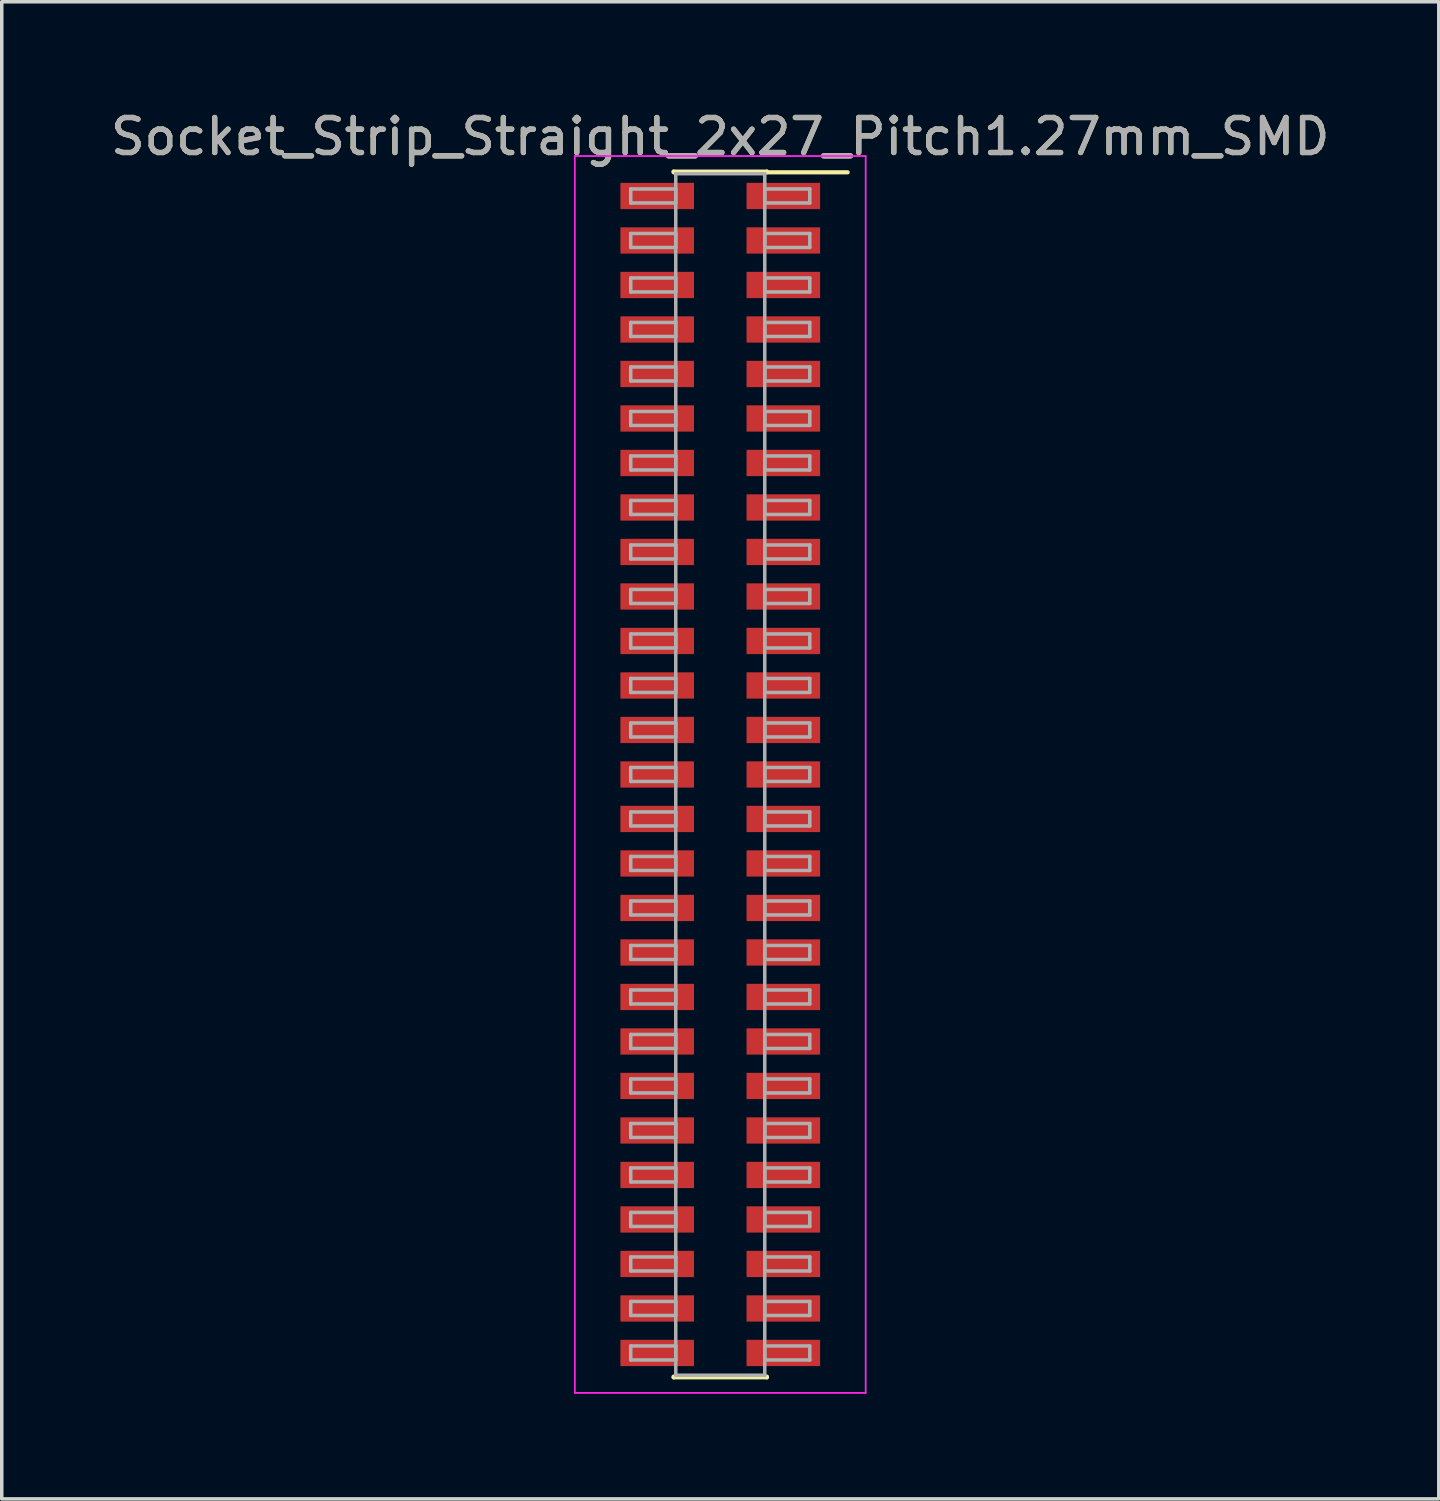
<source format=kicad_pcb>
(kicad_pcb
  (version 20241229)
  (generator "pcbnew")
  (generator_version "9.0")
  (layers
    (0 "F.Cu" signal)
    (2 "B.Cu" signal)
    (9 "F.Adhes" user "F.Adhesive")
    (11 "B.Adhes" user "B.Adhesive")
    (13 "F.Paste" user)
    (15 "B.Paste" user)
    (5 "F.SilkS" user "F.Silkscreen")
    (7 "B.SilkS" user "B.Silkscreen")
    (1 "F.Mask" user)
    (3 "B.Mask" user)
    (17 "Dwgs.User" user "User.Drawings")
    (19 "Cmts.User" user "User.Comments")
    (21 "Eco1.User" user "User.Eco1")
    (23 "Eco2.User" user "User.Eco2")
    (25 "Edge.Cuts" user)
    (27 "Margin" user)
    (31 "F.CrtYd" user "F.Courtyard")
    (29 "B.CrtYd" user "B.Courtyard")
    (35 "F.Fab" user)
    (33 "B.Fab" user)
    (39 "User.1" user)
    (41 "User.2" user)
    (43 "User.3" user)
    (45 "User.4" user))
  (footprint "Socket_Strip_Straight_2x27_Pitch1.27mm_SMD"
    (layer "F.Cu")
    (at 17.506 19.053)
    (property "Reference" "Socket_Strip_Straight_2x27_Pitch1.27mm_SMD" (at 0 -18.205 0) (layer "F.SilkS") (effects (font (size 1 1) (thickness 0.15))))
    (attr smd)
    (fp_line (start -1.33 -17.205) (end 1.33 -17.205) (stroke (width 0.12) (type solid)) (layer "F.SilkS"))
    (fp_line (start -1.33 -17.185) (end -1.33 -17.205) (stroke (width 0.12) (type solid)) (layer "F.SilkS"))
    (fp_line (start -1.33 17.185) (end -1.33 17.205) (stroke (width 0.12) (type solid)) (layer "F.SilkS"))
    (fp_line (start -1.33 17.205) (end 1.33 17.205) (stroke (width 0.12) (type solid)) (layer "F.SilkS"))
    (fp_line (start 1.33 -17.205) (end 1.33 -17.185) (stroke (width 0.12) (type solid)) (layer "F.SilkS"))
    (fp_line (start 1.33 17.205) (end 1.33 17.185) (stroke (width 0.12) (type solid)) (layer "F.SilkS"))
    (fp_line (start 3.635 -17.185) (end 1.33 -17.185) (stroke (width 0.12) (type solid)) (layer "F.SilkS"))
    (fp_line (start -4.15 -17.65) (end -4.15 17.65) (stroke (width 0.05) (type solid)) (layer "F.CrtYd"))
    (fp_line (start -4.15 17.65) (end 4.15 17.65) (stroke (width 0.05) (type solid)) (layer "F.CrtYd"))
    (fp_line (start 4.15 -17.65) (end -4.15 -17.65) (stroke (width 0.05) (type solid)) (layer "F.CrtYd"))
    (fp_line (start 4.15 17.65) (end 4.15 -17.65) (stroke (width 0.05) (type solid)) (layer "F.CrtYd"))
    (fp_line (start -2.555 -16.71) (end -1.27 -16.71) (stroke (width 0.1) (type solid)) (layer "F.Fab"))
    (fp_line (start -2.555 -16.31) (end -2.555 -16.71) (stroke (width 0.1) (type solid)) (layer "F.Fab"))
    (fp_line (start -2.555 -15.44) (end -1.27 -15.44) (stroke (width 0.1) (type solid)) (layer "F.Fab"))
    (fp_line (start -2.555 -15.04) (end -2.555 -15.44) (stroke (width 0.1) (type solid)) (layer "F.Fab"))
    (fp_line (start -2.555 -14.17) (end -1.27 -14.17) (stroke (width 0.1) (type solid)) (layer "F.Fab"))
    (fp_line (start -2.555 -13.77) (end -2.555 -14.17) (stroke (width 0.1) (type solid)) (layer "F.Fab"))
    (fp_line (start -2.555 -12.9) (end -1.27 -12.9) (stroke (width 0.1) (type solid)) (layer "F.Fab"))
    (fp_line (start -2.555 -12.5) (end -2.555 -12.9) (stroke (width 0.1) (type solid)) (layer "F.Fab"))
    (fp_line (start -2.555 -11.63) (end -1.27 -11.63) (stroke (width 0.1) (type solid)) (layer "F.Fab"))
    (fp_line (start -2.555 -11.23) (end -2.555 -11.63) (stroke (width 0.1) (type solid)) (layer "F.Fab"))
    (fp_line (start -2.555 -10.36) (end -1.27 -10.36) (stroke (width 0.1) (type solid)) (layer "F.Fab"))
    (fp_line (start -2.555 -9.96) (end -2.555 -10.36) (stroke (width 0.1) (type solid)) (layer "F.Fab"))
    (fp_line (start -2.555 -9.09) (end -1.27 -9.09) (stroke (width 0.1) (type solid)) (layer "F.Fab"))
    (fp_line (start -2.555 -8.69) (end -2.555 -9.09) (stroke (width 0.1) (type solid)) (layer "F.Fab"))
    (fp_line (start -2.555 -7.82) (end -1.27 -7.82) (stroke (width 0.1) (type solid)) (layer "F.Fab"))
    (fp_line (start -2.555 -7.42) (end -2.555 -7.82) (stroke (width 0.1) (type solid)) (layer "F.Fab"))
    (fp_line (start -2.555 -6.55) (end -1.27 -6.55) (stroke (width 0.1) (type solid)) (layer "F.Fab"))
    (fp_line (start -2.555 -6.15) (end -2.555 -6.55) (stroke (width 0.1) (type solid)) (layer "F.Fab"))
    (fp_line (start -2.555 -5.28) (end -1.27 -5.28) (stroke (width 0.1) (type solid)) (layer "F.Fab"))
    (fp_line (start -2.555 -4.88) (end -2.555 -5.28) (stroke (width 0.1) (type solid)) (layer "F.Fab"))
    (fp_line (start -2.555 -4.01) (end -1.27 -4.01) (stroke (width 0.1) (type solid)) (layer "F.Fab"))
    (fp_line (start -2.555 -3.61) (end -2.555 -4.01) (stroke (width 0.1) (type solid)) (layer "F.Fab"))
    (fp_line (start -2.555 -2.74) (end -1.27 -2.74) (stroke (width 0.1) (type solid)) (layer "F.Fab"))
    (fp_line (start -2.555 -2.34) (end -2.555 -2.74) (stroke (width 0.1) (type solid)) (layer "F.Fab"))
    (fp_line (start -2.555 -1.47) (end -1.27 -1.47) (stroke (width 0.1) (type solid)) (layer "F.Fab"))
    (fp_line (start -2.555 -1.07) (end -2.555 -1.47) (stroke (width 0.1) (type solid)) (layer "F.Fab"))
    (fp_line (start -2.555 -0.2) (end -1.27 -0.2) (stroke (width 0.1) (type solid)) (layer "F.Fab"))
    (fp_line (start -2.555 0.2) (end -2.555 -0.2) (stroke (width 0.1) (type solid)) (layer "F.Fab"))
    (fp_line (start -2.555 1.07) (end -1.27 1.07) (stroke (width 0.1) (type solid)) (layer "F.Fab"))
    (fp_line (start -2.555 1.47) (end -2.555 1.07) (stroke (width 0.1) (type solid)) (layer "F.Fab"))
    (fp_line (start -2.555 2.34) (end -1.27 2.34) (stroke (width 0.1) (type solid)) (layer "F.Fab"))
    (fp_line (start -2.555 2.74) (end -2.555 2.34) (stroke (width 0.1) (type solid)) (layer "F.Fab"))
    (fp_line (start -2.555 3.61) (end -1.27 3.61) (stroke (width 0.1) (type solid)) (layer "F.Fab"))
    (fp_line (start -2.555 4.01) (end -2.555 3.61) (stroke (width 0.1) (type solid)) (layer "F.Fab"))
    (fp_line (start -2.555 4.88) (end -1.27 4.88) (stroke (width 0.1) (type solid)) (layer "F.Fab"))
    (fp_line (start -2.555 5.28) (end -2.555 4.88) (stroke (width 0.1) (type solid)) (layer "F.Fab"))
    (fp_line (start -2.555 6.15) (end -1.27 6.15) (stroke (width 0.1) (type solid)) (layer "F.Fab"))
    (fp_line (start -2.555 6.55) (end -2.555 6.15) (stroke (width 0.1) (type solid)) (layer "F.Fab"))
    (fp_line (start -2.555 7.42) (end -1.27 7.42) (stroke (width 0.1) (type solid)) (layer "F.Fab"))
    (fp_line (start -2.555 7.82) (end -2.555 7.42) (stroke (width 0.1) (type solid)) (layer "F.Fab"))
    (fp_line (start -2.555 8.69) (end -1.27 8.69) (stroke (width 0.1) (type solid)) (layer "F.Fab"))
    (fp_line (start -2.555 9.09) (end -2.555 8.69) (stroke (width 0.1) (type solid)) (layer "F.Fab"))
    (fp_line (start -2.555 9.96) (end -1.27 9.96) (stroke (width 0.1) (type solid)) (layer "F.Fab"))
    (fp_line (start -2.555 10.36) (end -2.555 9.96) (stroke (width 0.1) (type solid)) (layer "F.Fab"))
    (fp_line (start -2.555 11.23) (end -1.27 11.23) (stroke (width 0.1) (type solid)) (layer "F.Fab"))
    (fp_line (start -2.555 11.63) (end -2.555 11.23) (stroke (width 0.1) (type solid)) (layer "F.Fab"))
    (fp_line (start -2.555 12.5) (end -1.27 12.5) (stroke (width 0.1) (type solid)) (layer "F.Fab"))
    (fp_line (start -2.555 12.9) (end -2.555 12.5) (stroke (width 0.1) (type solid)) (layer "F.Fab"))
    (fp_line (start -2.555 13.77) (end -1.27 13.77) (stroke (width 0.1) (type solid)) (layer "F.Fab"))
    (fp_line (start -2.555 14.17) (end -2.555 13.77) (stroke (width 0.1) (type solid)) (layer "F.Fab"))
    (fp_line (start -2.555 15.04) (end -1.27 15.04) (stroke (width 0.1) (type solid)) (layer "F.Fab"))
    (fp_line (start -2.555 15.44) (end -2.555 15.04) (stroke (width 0.1) (type solid)) (layer "F.Fab"))
    (fp_line (start -2.555 16.31) (end -1.27 16.31) (stroke (width 0.1) (type solid)) (layer "F.Fab"))
    (fp_line (start -2.555 16.71) (end -2.555 16.31) (stroke (width 0.1) (type solid)) (layer "F.Fab"))
    (fp_line (start -1.27 -17.145) (end -1.27 17.145) (stroke (width 0.1) (type solid)) (layer "F.Fab"))
    (fp_line (start -1.27 -16.71) (end -1.27 -16.31) (stroke (width 0.1) (type solid)) (layer "F.Fab"))
    (fp_line (start -1.27 -16.31) (end -2.555 -16.31) (stroke (width 0.1) (type solid)) (layer "F.Fab"))
    (fp_line (start -1.27 -15.44) (end -1.27 -15.04) (stroke (width 0.1) (type solid)) (layer "F.Fab"))
    (fp_line (start -1.27 -15.04) (end -2.555 -15.04) (stroke (width 0.1) (type solid)) (layer "F.Fab"))
    (fp_line (start -1.27 -14.17) (end -1.27 -13.77) (stroke (width 0.1) (type solid)) (layer "F.Fab"))
    (fp_line (start -1.27 -13.77) (end -2.555 -13.77) (stroke (width 0.1) (type solid)) (layer "F.Fab"))
    (fp_line (start -1.27 -12.9) (end -1.27 -12.5) (stroke (width 0.1) (type solid)) (layer "F.Fab"))
    (fp_line (start -1.27 -12.5) (end -2.555 -12.5) (stroke (width 0.1) (type solid)) (layer "F.Fab"))
    (fp_line (start -1.27 -11.63) (end -1.27 -11.23) (stroke (width 0.1) (type solid)) (layer "F.Fab"))
    (fp_line (start -1.27 -11.23) (end -2.555 -11.23) (stroke (width 0.1) (type solid)) (layer "F.Fab"))
    (fp_line (start -1.27 -10.36) (end -1.27 -9.96) (stroke (width 0.1) (type solid)) (layer "F.Fab"))
    (fp_line (start -1.27 -9.96) (end -2.555 -9.96) (stroke (width 0.1) (type solid)) (layer "F.Fab"))
    (fp_line (start -1.27 -9.09) (end -1.27 -8.69) (stroke (width 0.1) (type solid)) (layer "F.Fab"))
    (fp_line (start -1.27 -8.69) (end -2.555 -8.69) (stroke (width 0.1) (type solid)) (layer "F.Fab"))
    (fp_line (start -1.27 -7.82) (end -1.27 -7.42) (stroke (width 0.1) (type solid)) (layer "F.Fab"))
    (fp_line (start -1.27 -7.42) (end -2.555 -7.42) (stroke (width 0.1) (type solid)) (layer "F.Fab"))
    (fp_line (start -1.27 -6.55) (end -1.27 -6.15) (stroke (width 0.1) (type solid)) (layer "F.Fab"))
    (fp_line (start -1.27 -6.15) (end -2.555 -6.15) (stroke (width 0.1) (type solid)) (layer "F.Fab"))
    (fp_line (start -1.27 -5.28) (end -1.27 -4.88) (stroke (width 0.1) (type solid)) (layer "F.Fab"))
    (fp_line (start -1.27 -4.88) (end -2.555 -4.88) (stroke (width 0.1) (type solid)) (layer "F.Fab"))
    (fp_line (start -1.27 -4.01) (end -1.27 -3.61) (stroke (width 0.1) (type solid)) (layer "F.Fab"))
    (fp_line (start -1.27 -3.61) (end -2.555 -3.61) (stroke (width 0.1) (type solid)) (layer "F.Fab"))
    (fp_line (start -1.27 -2.74) (end -1.27 -2.34) (stroke (width 0.1) (type solid)) (layer "F.Fab"))
    (fp_line (start -1.27 -2.34) (end -2.555 -2.34) (stroke (width 0.1) (type solid)) (layer "F.Fab"))
    (fp_line (start -1.27 -1.47) (end -1.27 -1.07) (stroke (width 0.1) (type solid)) (layer "F.Fab"))
    (fp_line (start -1.27 -1.07) (end -2.555 -1.07) (stroke (width 0.1) (type solid)) (layer "F.Fab"))
    (fp_line (start -1.27 -0.2) (end -1.27 0.2) (stroke (width 0.1) (type solid)) (layer "F.Fab"))
    (fp_line (start -1.27 0.2) (end -2.555 0.2) (stroke (width 0.1) (type solid)) (layer "F.Fab"))
    (fp_line (start -1.27 1.07) (end -1.27 1.47) (stroke (width 0.1) (type solid)) (layer "F.Fab"))
    (fp_line (start -1.27 1.47) (end -2.555 1.47) (stroke (width 0.1) (type solid)) (layer "F.Fab"))
    (fp_line (start -1.27 2.34) (end -1.27 2.74) (stroke (width 0.1) (type solid)) (layer "F.Fab"))
    (fp_line (start -1.27 2.74) (end -2.555 2.74) (stroke (width 0.1) (type solid)) (layer "F.Fab"))
    (fp_line (start -1.27 3.61) (end -1.27 4.01) (stroke (width 0.1) (type solid)) (layer "F.Fab"))
    (fp_line (start -1.27 4.01) (end -2.555 4.01) (stroke (width 0.1) (type solid)) (layer "F.Fab"))
    (fp_line (start -1.27 4.88) (end -1.27 5.28) (stroke (width 0.1) (type solid)) (layer "F.Fab"))
    (fp_line (start -1.27 5.28) (end -2.555 5.28) (stroke (width 0.1) (type solid)) (layer "F.Fab"))
    (fp_line (start -1.27 6.15) (end -1.27 6.55) (stroke (width 0.1) (type solid)) (layer "F.Fab"))
    (fp_line (start -1.27 6.55) (end -2.555 6.55) (stroke (width 0.1) (type solid)) (layer "F.Fab"))
    (fp_line (start -1.27 7.42) (end -1.27 7.82) (stroke (width 0.1) (type solid)) (layer "F.Fab"))
    (fp_line (start -1.27 7.82) (end -2.555 7.82) (stroke (width 0.1) (type solid)) (layer "F.Fab"))
    (fp_line (start -1.27 8.69) (end -1.27 9.09) (stroke (width 0.1) (type solid)) (layer "F.Fab"))
    (fp_line (start -1.27 9.09) (end -2.555 9.09) (stroke (width 0.1) (type solid)) (layer "F.Fab"))
    (fp_line (start -1.27 9.96) (end -1.27 10.36) (stroke (width 0.1) (type solid)) (layer "F.Fab"))
    (fp_line (start -1.27 10.36) (end -2.555 10.36) (stroke (width 0.1) (type solid)) (layer "F.Fab"))
    (fp_line (start -1.27 11.23) (end -1.27 11.63) (stroke (width 0.1) (type solid)) (layer "F.Fab"))
    (fp_line (start -1.27 11.63) (end -2.555 11.63) (stroke (width 0.1) (type solid)) (layer "F.Fab"))
    (fp_line (start -1.27 12.5) (end -1.27 12.9) (stroke (width 0.1) (type solid)) (layer "F.Fab"))
    (fp_line (start -1.27 12.9) (end -2.555 12.9) (stroke (width 0.1) (type solid)) (layer "F.Fab"))
    (fp_line (start -1.27 13.77) (end -1.27 14.17) (stroke (width 0.1) (type solid)) (layer "F.Fab"))
    (fp_line (start -1.27 14.17) (end -2.555 14.17) (stroke (width 0.1) (type solid)) (layer "F.Fab"))
    (fp_line (start -1.27 15.04) (end -1.27 15.44) (stroke (width 0.1) (type solid)) (layer "F.Fab"))
    (fp_line (start -1.27 15.44) (end -2.555 15.44) (stroke (width 0.1) (type solid)) (layer "F.Fab"))
    (fp_line (start -1.27 16.31) (end -1.27 16.71) (stroke (width 0.1) (type solid)) (layer "F.Fab"))
    (fp_line (start -1.27 16.71) (end -2.555 16.71) (stroke (width 0.1) (type solid)) (layer "F.Fab"))
    (fp_line (start -1.27 17.145) (end 1.27 17.145) (stroke (width 0.1) (type solid)) (layer "F.Fab"))
    (fp_line (start 1.27 -17.145) (end -1.27 -17.145) (stroke (width 0.1) (type solid)) (layer "F.Fab"))
    (fp_line (start 1.27 -16.71) (end 1.27 -16.31) (stroke (width 0.1) (type solid)) (layer "F.Fab"))
    (fp_line (start 1.27 -16.31) (end 2.555 -16.31) (stroke (width 0.1) (type solid)) (layer "F.Fab"))
    (fp_line (start 1.27 -15.44) (end 1.27 -15.04) (stroke (width 0.1) (type solid)) (layer "F.Fab"))
    (fp_line (start 1.27 -15.04) (end 2.555 -15.04) (stroke (width 0.1) (type solid)) (layer "F.Fab"))
    (fp_line (start 1.27 -14.17) (end 1.27 -13.77) (stroke (width 0.1) (type solid)) (layer "F.Fab"))
    (fp_line (start 1.27 -13.77) (end 2.555 -13.77) (stroke (width 0.1) (type solid)) (layer "F.Fab"))
    (fp_line (start 1.27 -12.9) (end 1.27 -12.5) (stroke (width 0.1) (type solid)) (layer "F.Fab"))
    (fp_line (start 1.27 -12.5) (end 2.555 -12.5) (stroke (width 0.1) (type solid)) (layer "F.Fab"))
    (fp_line (start 1.27 -11.63) (end 1.27 -11.23) (stroke (width 0.1) (type solid)) (layer "F.Fab"))
    (fp_line (start 1.27 -11.23) (end 2.555 -11.23) (stroke (width 0.1) (type solid)) (layer "F.Fab"))
    (fp_line (start 1.27 -10.36) (end 1.27 -9.96) (stroke (width 0.1) (type solid)) (layer "F.Fab"))
    (fp_line (start 1.27 -9.96) (end 2.555 -9.96) (stroke (width 0.1) (type solid)) (layer "F.Fab"))
    (fp_line (start 1.27 -9.09) (end 1.27 -8.69) (stroke (width 0.1) (type solid)) (layer "F.Fab"))
    (fp_line (start 1.27 -8.69) (end 2.555 -8.69) (stroke (width 0.1) (type solid)) (layer "F.Fab"))
    (fp_line (start 1.27 -7.82) (end 1.27 -7.42) (stroke (width 0.1) (type solid)) (layer "F.Fab"))
    (fp_line (start 1.27 -7.42) (end 2.555 -7.42) (stroke (width 0.1) (type solid)) (layer "F.Fab"))
    (fp_line (start 1.27 -6.55) (end 1.27 -6.15) (stroke (width 0.1) (type solid)) (layer "F.Fab"))
    (fp_line (start 1.27 -6.15) (end 2.555 -6.15) (stroke (width 0.1) (type solid)) (layer "F.Fab"))
    (fp_line (start 1.27 -5.28) (end 1.27 -4.88) (stroke (width 0.1) (type solid)) (layer "F.Fab"))
    (fp_line (start 1.27 -4.88) (end 2.555 -4.88) (stroke (width 0.1) (type solid)) (layer "F.Fab"))
    (fp_line (start 1.27 -4.01) (end 1.27 -3.61) (stroke (width 0.1) (type solid)) (layer "F.Fab"))
    (fp_line (start 1.27 -3.61) (end 2.555 -3.61) (stroke (width 0.1) (type solid)) (layer "F.Fab"))
    (fp_line (start 1.27 -2.74) (end 1.27 -2.34) (stroke (width 0.1) (type solid)) (layer "F.Fab"))
    (fp_line (start 1.27 -2.34) (end 2.555 -2.34) (stroke (width 0.1) (type solid)) (layer "F.Fab"))
    (fp_line (start 1.27 -1.47) (end 1.27 -1.07) (stroke (width 0.1) (type solid)) (layer "F.Fab"))
    (fp_line (start 1.27 -1.07) (end 2.555 -1.07) (stroke (width 0.1) (type solid)) (layer "F.Fab"))
    (fp_line (start 1.27 -0.2) (end 1.27 0.2) (stroke (width 0.1) (type solid)) (layer "F.Fab"))
    (fp_line (start 1.27 0.2) (end 2.555 0.2) (stroke (width 0.1) (type solid)) (layer "F.Fab"))
    (fp_line (start 1.27 1.07) (end 1.27 1.47) (stroke (width 0.1) (type solid)) (layer "F.Fab"))
    (fp_line (start 1.27 1.47) (end 2.555 1.47) (stroke (width 0.1) (type solid)) (layer "F.Fab"))
    (fp_line (start 1.27 2.34) (end 1.27 2.74) (stroke (width 0.1) (type solid)) (layer "F.Fab"))
    (fp_line (start 1.27 2.74) (end 2.555 2.74) (stroke (width 0.1) (type solid)) (layer "F.Fab"))
    (fp_line (start 1.27 3.61) (end 1.27 4.01) (stroke (width 0.1) (type solid)) (layer "F.Fab"))
    (fp_line (start 1.27 4.01) (end 2.555 4.01) (stroke (width 0.1) (type solid)) (layer "F.Fab"))
    (fp_line (start 1.27 4.88) (end 1.27 5.28) (stroke (width 0.1) (type solid)) (layer "F.Fab"))
    (fp_line (start 1.27 5.28) (end 2.555 5.28) (stroke (width 0.1) (type solid)) (layer "F.Fab"))
    (fp_line (start 1.27 6.15) (end 1.27 6.55) (stroke (width 0.1) (type solid)) (layer "F.Fab"))
    (fp_line (start 1.27 6.55) (end 2.555 6.55) (stroke (width 0.1) (type solid)) (layer "F.Fab"))
    (fp_line (start 1.27 7.42) (end 1.27 7.82) (stroke (width 0.1) (type solid)) (layer "F.Fab"))
    (fp_line (start 1.27 7.82) (end 2.555 7.82) (stroke (width 0.1) (type solid)) (layer "F.Fab"))
    (fp_line (start 1.27 8.69) (end 1.27 9.09) (stroke (width 0.1) (type solid)) (layer "F.Fab"))
    (fp_line (start 1.27 9.09) (end 2.555 9.09) (stroke (width 0.1) (type solid)) (layer "F.Fab"))
    (fp_line (start 1.27 9.96) (end 1.27 10.36) (stroke (width 0.1) (type solid)) (layer "F.Fab"))
    (fp_line (start 1.27 10.36) (end 2.555 10.36) (stroke (width 0.1) (type solid)) (layer "F.Fab"))
    (fp_line (start 1.27 11.23) (end 1.27 11.63) (stroke (width 0.1) (type solid)) (layer "F.Fab"))
    (fp_line (start 1.27 11.63) (end 2.555 11.63) (stroke (width 0.1) (type solid)) (layer "F.Fab"))
    (fp_line (start 1.27 12.5) (end 1.27 12.9) (stroke (width 0.1) (type solid)) (layer "F.Fab"))
    (fp_line (start 1.27 12.9) (end 2.555 12.9) (stroke (width 0.1) (type solid)) (layer "F.Fab"))
    (fp_line (start 1.27 13.77) (end 1.27 14.17) (stroke (width 0.1) (type solid)) (layer "F.Fab"))
    (fp_line (start 1.27 14.17) (end 2.555 14.17) (stroke (width 0.1) (type solid)) (layer "F.Fab"))
    (fp_line (start 1.27 15.04) (end 1.27 15.44) (stroke (width 0.1) (type solid)) (layer "F.Fab"))
    (fp_line (start 1.27 15.44) (end 2.555 15.44) (stroke (width 0.1) (type solid)) (layer "F.Fab"))
    (fp_line (start 1.27 16.31) (end 1.27 16.71) (stroke (width 0.1) (type solid)) (layer "F.Fab"))
    (fp_line (start 1.27 16.71) (end 2.555 16.71) (stroke (width 0.1) (type solid)) (layer "F.Fab"))
    (fp_line (start 1.27 17.145) (end 1.27 -17.145) (stroke (width 0.1) (type solid)) (layer "F.Fab"))
    (fp_line (start 2.555 -16.71) (end 1.27 -16.71) (stroke (width 0.1) (type solid)) (layer "F.Fab"))
    (fp_line (start 2.555 -16.31) (end 2.555 -16.71) (stroke (width 0.1) (type solid)) (layer "F.Fab"))
    (fp_line (start 2.555 -15.44) (end 1.27 -15.44) (stroke (width 0.1) (type solid)) (layer "F.Fab"))
    (fp_line (start 2.555 -15.04) (end 2.555 -15.44) (stroke (width 0.1) (type solid)) (layer "F.Fab"))
    (fp_line (start 2.555 -14.17) (end 1.27 -14.17) (stroke (width 0.1) (type solid)) (layer "F.Fab"))
    (fp_line (start 2.555 -13.77) (end 2.555 -14.17) (stroke (width 0.1) (type solid)) (layer "F.Fab"))
    (fp_line (start 2.555 -12.9) (end 1.27 -12.9) (stroke (width 0.1) (type solid)) (layer "F.Fab"))
    (fp_line (start 2.555 -12.5) (end 2.555 -12.9) (stroke (width 0.1) (type solid)) (layer "F.Fab"))
    (fp_line (start 2.555 -11.63) (end 1.27 -11.63) (stroke (width 0.1) (type solid)) (layer "F.Fab"))
    (fp_line (start 2.555 -11.23) (end 2.555 -11.63) (stroke (width 0.1) (type solid)) (layer "F.Fab"))
    (fp_line (start 2.555 -10.36) (end 1.27 -10.36) (stroke (width 0.1) (type solid)) (layer "F.Fab"))
    (fp_line (start 2.555 -9.96) (end 2.555 -10.36) (stroke (width 0.1) (type solid)) (layer "F.Fab"))
    (fp_line (start 2.555 -9.09) (end 1.27 -9.09) (stroke (width 0.1) (type solid)) (layer "F.Fab"))
    (fp_line (start 2.555 -8.69) (end 2.555 -9.09) (stroke (width 0.1) (type solid)) (layer "F.Fab"))
    (fp_line (start 2.555 -7.82) (end 1.27 -7.82) (stroke (width 0.1) (type solid)) (layer "F.Fab"))
    (fp_line (start 2.555 -7.42) (end 2.555 -7.82) (stroke (width 0.1) (type solid)) (layer "F.Fab"))
    (fp_line (start 2.555 -6.55) (end 1.27 -6.55) (stroke (width 0.1) (type solid)) (layer "F.Fab"))
    (fp_line (start 2.555 -6.15) (end 2.555 -6.55) (stroke (width 0.1) (type solid)) (layer "F.Fab"))
    (fp_line (start 2.555 -5.28) (end 1.27 -5.28) (stroke (width 0.1) (type solid)) (layer "F.Fab"))
    (fp_line (start 2.555 -4.88) (end 2.555 -5.28) (stroke (width 0.1) (type solid)) (layer "F.Fab"))
    (fp_line (start 2.555 -4.01) (end 1.27 -4.01) (stroke (width 0.1) (type solid)) (layer "F.Fab"))
    (fp_line (start 2.555 -3.61) (end 2.555 -4.01) (stroke (width 0.1) (type solid)) (layer "F.Fab"))
    (fp_line (start 2.555 -2.74) (end 1.27 -2.74) (stroke (width 0.1) (type solid)) (layer "F.Fab"))
    (fp_line (start 2.555 -2.34) (end 2.555 -2.74) (stroke (width 0.1) (type solid)) (layer "F.Fab"))
    (fp_line (start 2.555 -1.47) (end 1.27 -1.47) (stroke (width 0.1) (type solid)) (layer "F.Fab"))
    (fp_line (start 2.555 -1.07) (end 2.555 -1.47) (stroke (width 0.1) (type solid)) (layer "F.Fab"))
    (fp_line (start 2.555 -0.2) (end 1.27 -0.2) (stroke (width 0.1) (type solid)) (layer "F.Fab"))
    (fp_line (start 2.555 0.2) (end 2.555 -0.2) (stroke (width 0.1) (type solid)) (layer "F.Fab"))
    (fp_line (start 2.555 1.07) (end 1.27 1.07) (stroke (width 0.1) (type solid)) (layer "F.Fab"))
    (fp_line (start 2.555 1.47) (end 2.555 1.07) (stroke (width 0.1) (type solid)) (layer "F.Fab"))
    (fp_line (start 2.555 2.34) (end 1.27 2.34) (stroke (width 0.1) (type solid)) (layer "F.Fab"))
    (fp_line (start 2.555 2.74) (end 2.555 2.34) (stroke (width 0.1) (type solid)) (layer "F.Fab"))
    (fp_line (start 2.555 3.61) (end 1.27 3.61) (stroke (width 0.1) (type solid)) (layer "F.Fab"))
    (fp_line (start 2.555 4.01) (end 2.555 3.61) (stroke (width 0.1) (type solid)) (layer "F.Fab"))
    (fp_line (start 2.555 4.88) (end 1.27 4.88) (stroke (width 0.1) (type solid)) (layer "F.Fab"))
    (fp_line (start 2.555 5.28) (end 2.555 4.88) (stroke (width 0.1) (type solid)) (layer "F.Fab"))
    (fp_line (start 2.555 6.15) (end 1.27 6.15) (stroke (width 0.1) (type solid)) (layer "F.Fab"))
    (fp_line (start 2.555 6.55) (end 2.555 6.15) (stroke (width 0.1) (type solid)) (layer "F.Fab"))
    (fp_line (start 2.555 7.42) (end 1.27 7.42) (stroke (width 0.1) (type solid)) (layer "F.Fab"))
    (fp_line (start 2.555 7.82) (end 2.555 7.42) (stroke (width 0.1) (type solid)) (layer "F.Fab"))
    (fp_line (start 2.555 8.69) (end 1.27 8.69) (stroke (width 0.1) (type solid)) (layer "F.Fab"))
    (fp_line (start 2.555 9.09) (end 2.555 8.69) (stroke (width 0.1) (type solid)) (layer "F.Fab"))
    (fp_line (start 2.555 9.96) (end 1.27 9.96) (stroke (width 0.1) (type solid)) (layer "F.Fab"))
    (fp_line (start 2.555 10.36) (end 2.555 9.96) (stroke (width 0.1) (type solid)) (layer "F.Fab"))
    (fp_line (start 2.555 11.23) (end 1.27 11.23) (stroke (width 0.1) (type solid)) (layer "F.Fab"))
    (fp_line (start 2.555 11.63) (end 2.555 11.23) (stroke (width 0.1) (type solid)) (layer "F.Fab"))
    (fp_line (start 2.555 12.5) (end 1.27 12.5) (stroke (width 0.1) (type solid)) (layer "F.Fab"))
    (fp_line (start 2.555 12.9) (end 2.555 12.5) (stroke (width 0.1) (type solid)) (layer "F.Fab"))
    (fp_line (start 2.555 13.77) (end 1.27 13.77) (stroke (width 0.1) (type solid)) (layer "F.Fab"))
    (fp_line (start 2.555 14.17) (end 2.555 13.77) (stroke (width 0.1) (type solid)) (layer "F.Fab"))
    (fp_line (start 2.555 15.04) (end 1.27 15.04) (stroke (width 0.1) (type solid)) (layer "F.Fab"))
    (fp_line (start 2.555 15.44) (end 2.555 15.04) (stroke (width 0.1) (type solid)) (layer "F.Fab"))
    (fp_line (start 2.555 16.31) (end 1.27 16.31) (stroke (width 0.1) (type solid)) (layer "F.Fab"))
    (fp_line (start 2.555 16.71) (end 2.555 16.31) (stroke (width 0.1) (type solid)) (layer "F.Fab"))
    (fp_text user "${REFERENCE}" (at 0 -18.205 0) (layer "F.Fab") (effects (font (size 1 1) (thickness 0.15))))
    (pad "1" smd rect (at 1.8 -16.51) (size 2.1 0.75) (layers "F.Cu" "F.Mask" "F.Paste"))
    (pad "2" smd rect (at -1.8 -16.51) (size 2.1 0.75) (layers "F.Cu" "F.Mask" "F.Paste"))
    (pad "3" smd rect (at 1.8 -15.24) (size 2.1 0.75) (layers "F.Cu" "F.Mask" "F.Paste"))
    (pad "4" smd rect (at -1.8 -15.24) (size 2.1 0.75) (layers "F.Cu" "F.Mask" "F.Paste"))
    (pad "5" smd rect (at 1.8 -13.97) (size 2.1 0.75) (layers "F.Cu" "F.Mask" "F.Paste"))
    (pad "6" smd rect (at -1.8 -13.97) (size 2.1 0.75) (layers "F.Cu" "F.Mask" "F.Paste"))
    (pad "7" smd rect (at 1.8 -12.7) (size 2.1 0.75) (layers "F.Cu" "F.Mask" "F.Paste"))
    (pad "8" smd rect (at -1.8 -12.7) (size 2.1 0.75) (layers "F.Cu" "F.Mask" "F.Paste"))
    (pad "9" smd rect (at 1.8 -11.43) (size 2.1 0.75) (layers "F.Cu" "F.Mask" "F.Paste"))
    (pad "10" smd rect (at -1.8 -11.43) (size 2.1 0.75) (layers "F.Cu" "F.Mask" "F.Paste"))
    (pad "11" smd rect (at 1.8 -10.16) (size 2.1 0.75) (layers "F.Cu" "F.Mask" "F.Paste"))
    (pad "12" smd rect (at -1.8 -10.16) (size 2.1 0.75) (layers "F.Cu" "F.Mask" "F.Paste"))
    (pad "13" smd rect (at 1.8 -8.89) (size 2.1 0.75) (layers "F.Cu" "F.Mask" "F.Paste"))
    (pad "14" smd rect (at -1.8 -8.89) (size 2.1 0.75) (layers "F.Cu" "F.Mask" "F.Paste"))
    (pad "15" smd rect (at 1.8 -7.62) (size 2.1 0.75) (layers "F.Cu" "F.Mask" "F.Paste"))
    (pad "16" smd rect (at -1.8 -7.62) (size 2.1 0.75) (layers "F.Cu" "F.Mask" "F.Paste"))
    (pad "17" smd rect (at 1.8 -6.35) (size 2.1 0.75) (layers "F.Cu" "F.Mask" "F.Paste"))
    (pad "18" smd rect (at -1.8 -6.35) (size 2.1 0.75) (layers "F.Cu" "F.Mask" "F.Paste"))
    (pad "19" smd rect (at 1.8 -5.08) (size 2.1 0.75) (layers "F.Cu" "F.Mask" "F.Paste"))
    (pad "20" smd rect (at -1.8 -5.08) (size 2.1 0.75) (layers "F.Cu" "F.Mask" "F.Paste"))
    (pad "21" smd rect (at 1.8 -3.81) (size 2.1 0.75) (layers "F.Cu" "F.Mask" "F.Paste"))
    (pad "22" smd rect (at -1.8 -3.81) (size 2.1 0.75) (layers "F.Cu" "F.Mask" "F.Paste"))
    (pad "23" smd rect (at 1.8 -2.54) (size 2.1 0.75) (layers "F.Cu" "F.Mask" "F.Paste"))
    (pad "24" smd rect (at -1.8 -2.54) (size 2.1 0.75) (layers "F.Cu" "F.Mask" "F.Paste"))
    (pad "25" smd rect (at 1.8 -1.27) (size 2.1 0.75) (layers "F.Cu" "F.Mask" "F.Paste"))
    (pad "26" smd rect (at -1.8 -1.27) (size 2.1 0.75) (layers "F.Cu" "F.Mask" "F.Paste"))
    (pad "27" smd rect (at 1.8 0) (size 2.1 0.75) (layers "F.Cu" "F.Mask" "F.Paste"))
    (pad "28" smd rect (at -1.8 0) (size 2.1 0.75) (layers "F.Cu" "F.Mask" "F.Paste"))
    (pad "29" smd rect (at 1.8 1.27) (size 2.1 0.75) (layers "F.Cu" "F.Mask" "F.Paste"))
    (pad "30" smd rect (at -1.8 1.27) (size 2.1 0.75) (layers "F.Cu" "F.Mask" "F.Paste"))
    (pad "31" smd rect (at 1.8 2.54) (size 2.1 0.75) (layers "F.Cu" "F.Mask" "F.Paste"))
    (pad "32" smd rect (at -1.8 2.54) (size 2.1 0.75) (layers "F.Cu" "F.Mask" "F.Paste"))
    (pad "33" smd rect (at 1.8 3.81) (size 2.1 0.75) (layers "F.Cu" "F.Mask" "F.Paste"))
    (pad "34" smd rect (at -1.8 3.81) (size 2.1 0.75) (layers "F.Cu" "F.Mask" "F.Paste"))
    (pad "35" smd rect (at 1.8 5.08) (size 2.1 0.75) (layers "F.Cu" "F.Mask" "F.Paste"))
    (pad "36" smd rect (at -1.8 5.08) (size 2.1 0.75) (layers "F.Cu" "F.Mask" "F.Paste"))
    (pad "37" smd rect (at 1.8 6.35) (size 2.1 0.75) (layers "F.Cu" "F.Mask" "F.Paste"))
    (pad "38" smd rect (at -1.8 6.35) (size 2.1 0.75) (layers "F.Cu" "F.Mask" "F.Paste"))
    (pad "39" smd rect (at 1.8 7.62) (size 2.1 0.75) (layers "F.Cu" "F.Mask" "F.Paste"))
    (pad "40" smd rect (at -1.8 7.62) (size 2.1 0.75) (layers "F.Cu" "F.Mask" "F.Paste"))
    (pad "41" smd rect (at 1.8 8.89) (size 2.1 0.75) (layers "F.Cu" "F.Mask" "F.Paste"))
    (pad "42" smd rect (at -1.8 8.89) (size 2.1 0.75) (layers "F.Cu" "F.Mask" "F.Paste"))
    (pad "43" smd rect (at 1.8 10.16) (size 2.1 0.75) (layers "F.Cu" "F.Mask" "F.Paste"))
    (pad "44" smd rect (at -1.8 10.16) (size 2.1 0.75) (layers "F.Cu" "F.Mask" "F.Paste"))
    (pad "45" smd rect (at 1.8 11.43) (size 2.1 0.75) (layers "F.Cu" "F.Mask" "F.Paste"))
    (pad "46" smd rect (at -1.8 11.43) (size 2.1 0.75) (layers "F.Cu" "F.Mask" "F.Paste"))
    (pad "47" smd rect (at 1.8 12.7) (size 2.1 0.75) (layers "F.Cu" "F.Mask" "F.Paste"))
    (pad "48" smd rect (at -1.8 12.7) (size 2.1 0.75) (layers "F.Cu" "F.Mask" "F.Paste"))
    (pad "49" smd rect (at 1.8 13.97) (size 2.1 0.75) (layers "F.Cu" "F.Mask" "F.Paste"))
    (pad "50" smd rect (at -1.8 13.97) (size 2.1 0.75) (layers "F.Cu" "F.Mask" "F.Paste"))
    (pad "51" smd rect (at 1.8 15.24) (size 2.1 0.75) (layers "F.Cu" "F.Mask" "F.Paste"))
    (pad "52" smd rect (at -1.8 15.24) (size 2.1 0.75) (layers "F.Cu" "F.Mask" "F.Paste"))
    (pad "53" smd rect (at 1.8 16.51) (size 2.1 0.75) (layers "F.Cu" "F.Mask" "F.Paste"))
    (pad "54" smd rect (at -1.8 16.51) (size 2.1 0.75) (layers "F.Cu" "F.Mask" "F.Paste")))
  (gr_rect
    (start -3 -3)
    (end 38.012 39.728)
    (stroke (width 0.1) (type default))
    (fill no)
    (layer "Edge.Cuts")))
</source>
